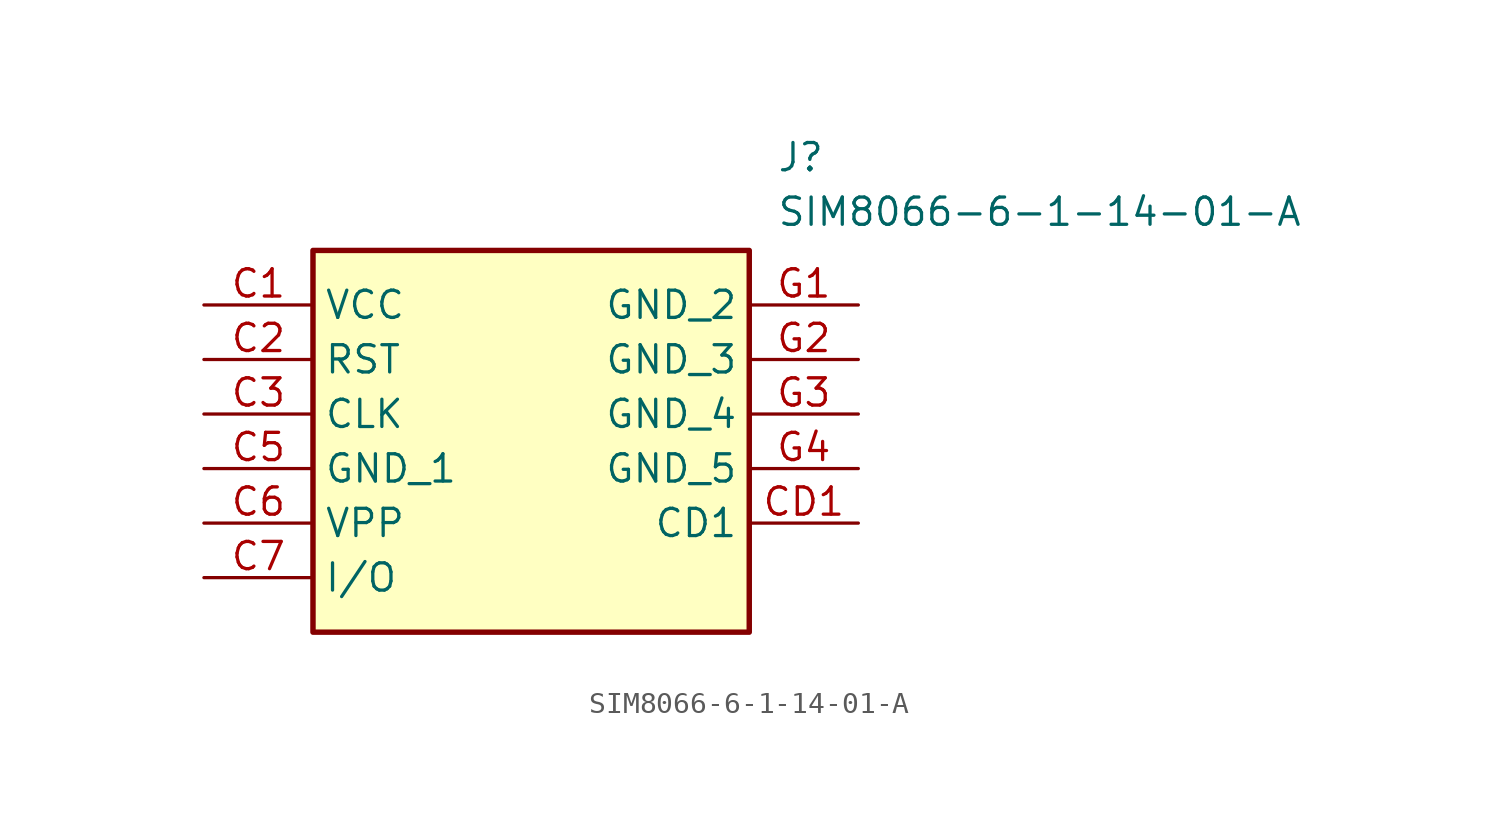
<source format=kicad_sym>
(kicad_symbol_lib
  (version 20211014)
  (generator SamacSys_ECAD_Model)
  (symbol "SIM8066-6-1-14-01-A"
    (property "Reference" "J"
      (at 26.67 7.62 0)
      (effects (font (size 1.27 1.27)) (justify left top)))
    (property "Value" "SIM8066-6-1-14-01-A"
      (at 26.67 5.08 0)
      (effects (font (size 1.27 1.27)) (justify left top)))
    (rectangle
      (start 5.08 2.54)
      (end 25.4 -15.24)
      (stroke (width 0.254) (type default))
      (fill (type background)))
    (pin passive line
      (at 0 0 0)
      (length 5.08)
      (name "VCC" (effects (font (size 1.27 1.27))))
      (number "C1" (effects (font (size 1.27 1.27)))))
    (pin passive line
      (at 0 -2.54 0)
      (length 5.08)
      (name "RST" (effects (font (size 1.27 1.27))))
      (number "C2" (effects (font (size 1.27 1.27)))))
    (pin passive line
      (at 0 -5.08 0)
      (length 5.08)
      (name "CLK" (effects (font (size 1.27 1.27))))
      (number "C3" (effects (font (size 1.27 1.27)))))
    (pin passive line
      (at 0 -7.62 0)
      (length 5.08)
      (name "GND_1" (effects (font (size 1.27 1.27))))
      (number "C5" (effects (font (size 1.27 1.27)))))
    (pin passive line
      (at 0 -10.16 0)
      (length 5.08)
      (name "VPP" (effects (font (size 1.27 1.27))))
      (number "C6" (effects (font (size 1.27 1.27)))))
    (pin passive line
      (at 0 -12.7 0)
      (length 5.08)
      (name "I/O" (effects (font (size 1.27 1.27))))
      (number "C7" (effects (font (size 1.27 1.27)))))
    (pin passive line
      (at 30.48 0 180)
      (length 5.08)
      (name "GND_2" (effects (font (size 1.27 1.27))))
      (number "G1" (effects (font (size 1.27 1.27)))))
    (pin passive line
      (at 30.48 -2.54 180)
      (length 5.08)
      (name "GND_3" (effects (font (size 1.27 1.27))))
      (number "G2" (effects (font (size 1.27 1.27)))))
    (pin passive line
      (at 30.48 -5.08 180)
      (length 5.08)
      (name "GND_4" (effects (font (size 1.27 1.27))))
      (number "G3" (effects (font (size 1.27 1.27)))))
    (pin passive line
      (at 30.48 -7.62 180)
      (length 5.08)
      (name "GND_5" (effects (font (size 1.27 1.27))))
      (number "G4" (effects (font (size 1.27 1.27)))))
    (pin passive line
      (at 30.48 -10.16 180)
      (length 5.08)
      (name "CD1" (effects (font (size 1.27 1.27))))
      (number "CD1" (effects (font (size 1.27 1.27)))))))
</source>
